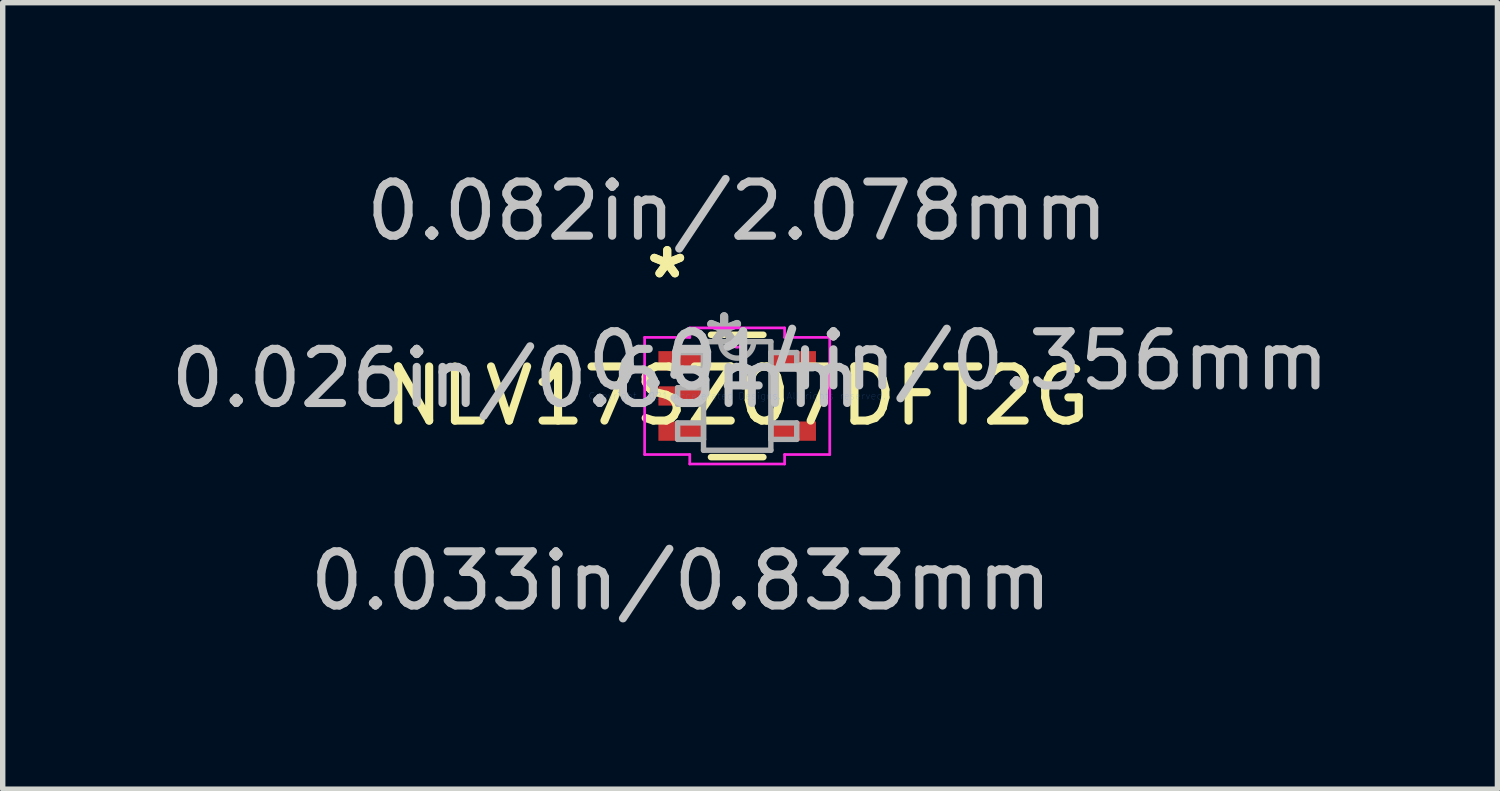
<source format=kicad_pcb>
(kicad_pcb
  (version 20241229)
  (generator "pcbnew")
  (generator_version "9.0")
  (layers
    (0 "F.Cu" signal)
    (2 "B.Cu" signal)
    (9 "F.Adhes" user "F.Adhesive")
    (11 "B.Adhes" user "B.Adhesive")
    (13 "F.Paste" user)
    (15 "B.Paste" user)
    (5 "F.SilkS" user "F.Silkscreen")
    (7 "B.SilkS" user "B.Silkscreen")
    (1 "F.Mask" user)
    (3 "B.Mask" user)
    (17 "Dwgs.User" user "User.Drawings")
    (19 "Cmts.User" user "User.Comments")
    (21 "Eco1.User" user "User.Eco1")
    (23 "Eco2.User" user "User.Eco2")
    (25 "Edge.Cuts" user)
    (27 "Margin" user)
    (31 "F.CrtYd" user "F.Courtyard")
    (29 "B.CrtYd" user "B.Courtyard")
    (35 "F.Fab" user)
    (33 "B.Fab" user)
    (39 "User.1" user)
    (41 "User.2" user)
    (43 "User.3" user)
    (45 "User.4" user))
  (footprint "NLV17SZ07DFT2G"
    (layer "F.Cu")
    (at 10.569 4.265)
    (property "Reference" "NLV17SZ07DFT2G" (at 0 0 0) (layer "F.SilkS") (effects (font (size 1 1) (thickness 0.15))))
    (attr through_hole)
    (fp_line (start -0.484 1.13) (end 0.484 1.13) (stroke (width 0.12) (type solid)) (layer "F.SilkS"))
    (fp_line (start 0.484 -1.13) (end -0.484 -1.13) (stroke (width 0.12) (type solid)) (layer "F.SilkS"))
    (fp_line (start 0.749 0.139) (end 0.749 -0.139) (stroke (width 0.12) (type solid)) (layer "F.SilkS"))
    (fp_line (start -1.71 -1.082) (end -0.876 -1.082) (stroke (width 0.05) (type solid)) (layer "F.CrtYd"))
    (fp_line (start -1.71 1.082) (end -1.71 -1.082) (stroke (width 0.05) (type solid)) (layer "F.CrtYd"))
    (fp_line (start -0.876 -1.257) (end 0.876 -1.257) (stroke (width 0.05) (type solid)) (layer "F.CrtYd"))
    (fp_line (start -0.876 -1.082) (end -0.876 -1.257) (stroke (width 0.05) (type solid)) (layer "F.CrtYd"))
    (fp_line (start -0.876 1.082) (end -1.71 1.082) (stroke (width 0.05) (type solid)) (layer "F.CrtYd"))
    (fp_line (start -0.876 1.257) (end -0.876 1.082) (stroke (width 0.05) (type solid)) (layer "F.CrtYd"))
    (fp_line (start 0.876 -1.257) (end 0.876 -1.082) (stroke (width 0.05) (type solid)) (layer "F.CrtYd"))
    (fp_line (start 0.876 -1.082) (end 1.71 -1.082) (stroke (width 0.05) (type solid)) (layer "F.CrtYd"))
    (fp_line (start 0.876 1.082) (end 0.876 1.257) (stroke (width 0.05) (type solid)) (layer "F.CrtYd"))
    (fp_line (start 0.876 1.257) (end -0.876 1.257) (stroke (width 0.05) (type solid)) (layer "F.CrtYd"))
    (fp_line (start 1.71 -1.082) (end 1.71 1.082) (stroke (width 0.05) (type solid)) (layer "F.CrtYd"))
    (fp_line (start 1.71 1.082) (end 0.876 1.082) (stroke (width 0.05) (type solid)) (layer "F.CrtYd"))
    (fp_arc (start 0.103717 -1.0033) (mid 0 -0.899583) (end -0.103717 -1.0033) (stroke (width 0.05) (type solid)) (layer "F.CrtYd"))
    (fp_line (start -1.1 -0.802) (end -1.1 -0.498) (stroke (width 0.1) (type solid)) (layer "F.Fab"))
    (fp_line (start -1.1 -0.498) (end -0.622 -0.498) (stroke (width 0.1) (type solid)) (layer "F.Fab"))
    (fp_line (start -1.1 -0.152) (end -1.1 0.152) (stroke (width 0.1) (type solid)) (layer "F.Fab"))
    (fp_line (start -1.1 0.152) (end -0.622 0.152) (stroke (width 0.1) (type solid)) (layer "F.Fab"))
    (fp_line (start -1.1 0.498) (end -1.1 0.802) (stroke (width 0.1) (type solid)) (layer "F.Fab"))
    (fp_line (start -1.1 0.802) (end -0.622 0.802) (stroke (width 0.1) (type solid)) (layer "F.Fab"))
    (fp_line (start -0.622 -1.003) (end -0.622 1.003) (stroke (width 0.1) (type solid)) (layer "F.Fab"))
    (fp_line (start -0.622 -0.802) (end -1.1 -0.802) (stroke (width 0.1) (type solid)) (layer "F.Fab"))
    (fp_line (start -0.622 -0.498) (end -0.622 -0.802) (stroke (width 0.1) (type solid)) (layer "F.Fab"))
    (fp_line (start -0.622 -0.152) (end -1.1 -0.152) (stroke (width 0.1) (type solid)) (layer "F.Fab"))
    (fp_line (start -0.622 0.152) (end -0.622 -0.152) (stroke (width 0.1) (type solid)) (layer "F.Fab"))
    (fp_line (start -0.622 0.498) (end -1.1 0.498) (stroke (width 0.1) (type solid)) (layer "F.Fab"))
    (fp_line (start -0.622 0.802) (end -0.622 0.498) (stroke (width 0.1) (type solid)) (layer "F.Fab"))
    (fp_line (start -0.622 1.003) (end 0.622 1.003) (stroke (width 0.1) (type solid)) (layer "F.Fab"))
    (fp_line (start 0.622 -1.003) (end -0.622 -1.003) (stroke (width 0.1) (type solid)) (layer "F.Fab"))
    (fp_line (start 0.622 -0.802) (end 0.622 -0.498) (stroke (width 0.1) (type solid)) (layer "F.Fab"))
    (fp_line (start 0.622 -0.498) (end 1.1 -0.498) (stroke (width 0.1) (type solid)) (layer "F.Fab"))
    (fp_line (start 0.622 0.498) (end 0.622 0.802) (stroke (width 0.1) (type solid)) (layer "F.Fab"))
    (fp_line (start 0.622 0.802) (end 1.1 0.802) (stroke (width 0.1) (type solid)) (layer "F.Fab"))
    (fp_line (start 0.622 1.003) (end 0.622 -1.003) (stroke (width 0.1) (type solid)) (layer "F.Fab"))
    (fp_line (start 1.1 -0.802) (end 0.622 -0.802) (stroke (width 0.1) (type solid)) (layer "F.Fab"))
    (fp_line (start 1.1 -0.498) (end 1.1 -0.802) (stroke (width 0.1) (type solid)) (layer "F.Fab"))
    (fp_line (start 1.1 0.498) (end 0.622 0.498) (stroke (width 0.1) (type solid)) (layer "F.Fab"))
    (fp_line (start 1.1 0.802) (end 1.1 0.498) (stroke (width 0.1) (type solid)) (layer "F.Fab"))
    (fp_arc (start 0.3048 -1.0033) (mid 0 -0.6985) (end -0.3048 -1.0033) (stroke (width 0.1) (type solid)) (layer "F.Fab"))
    (fp_text user "*" (at -1.293 -2.149 0) (layer "F.SilkS") (effects (font (size 1 1) (thickness 0.15))))
    (fp_text user "*" (at -1.293 -2.149 0) (layer "F.SilkS") (effects (font (size 1 1) (thickness 0.15))))
    (fp_text user "0.014in/0.356mm" (at 4.087 -0.65 0) (layer "Dwgs.User") (effects (font (size 1 1) (thickness 0.15))))
    (fp_text user "0.033in/0.833mm" (at -1.039 3.416 0) (layer "Dwgs.User") (effects (font (size 1 1) (thickness 0.15))))
    (fp_text user "0.082in/2.078mm" (at 0 -3.416 0) (layer "Dwgs.User") (effects (font (size 1 1) (thickness 0.15))))
    (fp_text user "0.026in/0.65mm" (at -4.087 -0.325 0) (layer "Dwgs.User") (effects (font (size 1 1) (thickness 0.15))))
    (fp_text user "Copyright 2021 Accelerated Designs. All rights reserved." (at 0 0 0) (layer "Cmts.User") (effects (font (size 0.127 0.127) (thickness 0.002))))
    (fp_text user "*" (at -0.241 -0.927 0) (layer "F.Fab") (effects (font (size 1 1) (thickness 0.15))))
    (fp_text user "*" (at -0.241 -0.927 0) (layer "F.Fab") (effects (font (size 1 1) (thickness 0.15))))
    (pad "1" smd rect (at -1.039 -0.65) (size 0.833 0.356) (layers "F.Cu" "F.Mask" "F.Paste"))
    (pad "2" smd rect (at -1.039 0) (size 0.833 0.356) (layers "F.Cu" "F.Mask" "F.Paste"))
    (pad "3" smd rect (at -1.039 0.65) (size 0.833 0.356) (layers "F.Cu" "F.Mask" "F.Paste"))
    (pad "4" smd rect (at 1.039 0.65) (size 0.833 0.356) (layers "F.Cu" "F.Mask" "F.Paste"))
    (pad "5" smd rect (at 1.039 -0.65) (size 0.833 0.356) (layers "F.Cu" "F.Mask" "F.Paste")))
  (gr_rect
    (start -3 -3)
    (end 24.614 11.529)
    (stroke (width 0.1) (type default))
    (fill no)
    (layer "Edge.Cuts")))
</source>
